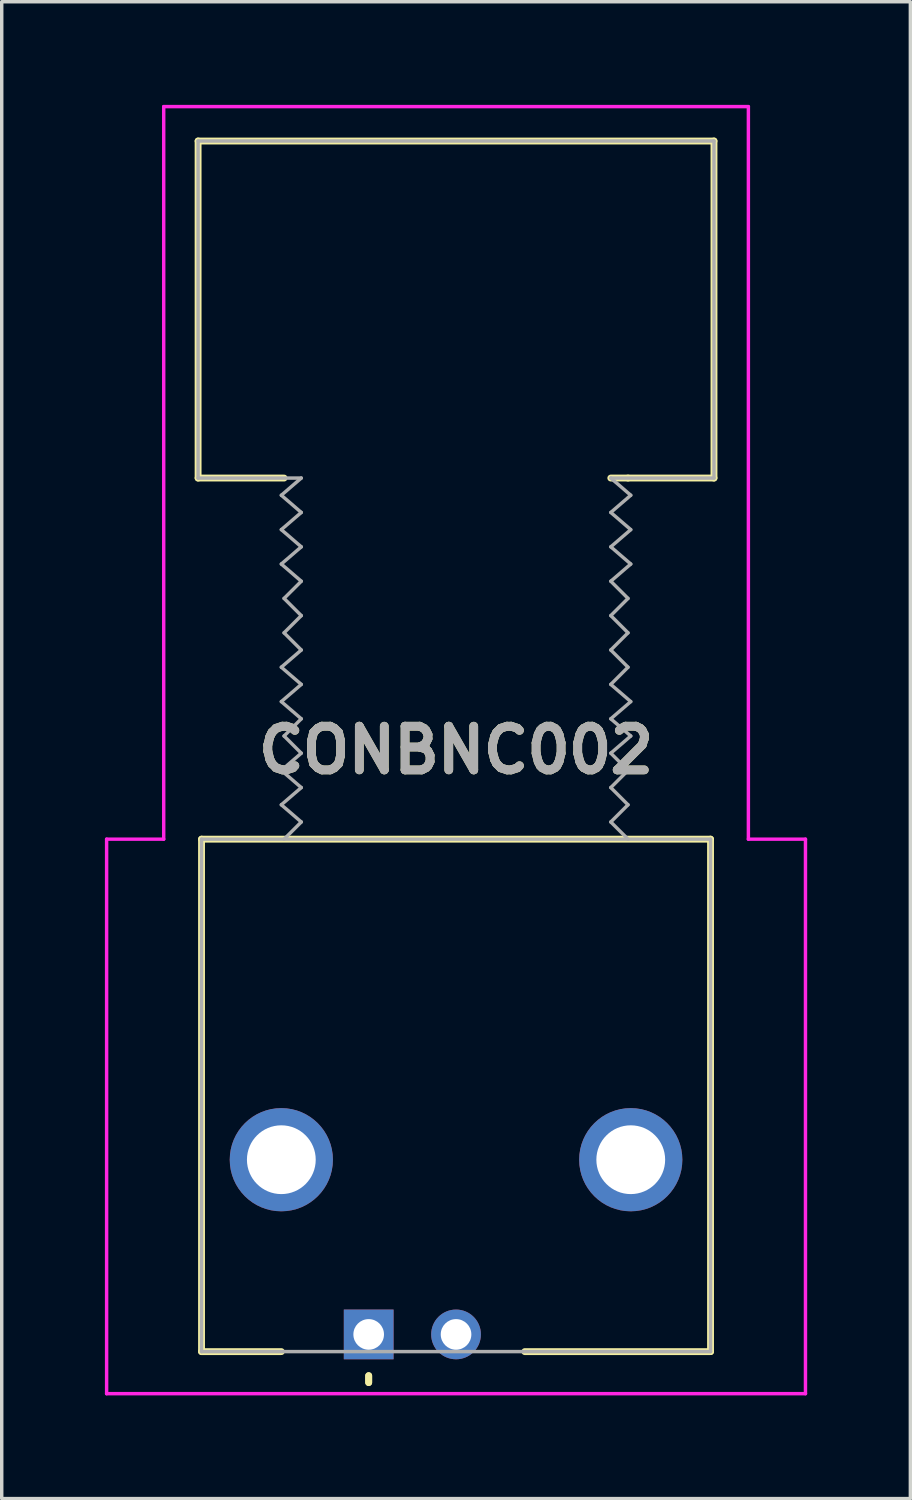
<source format=kicad_pcb>
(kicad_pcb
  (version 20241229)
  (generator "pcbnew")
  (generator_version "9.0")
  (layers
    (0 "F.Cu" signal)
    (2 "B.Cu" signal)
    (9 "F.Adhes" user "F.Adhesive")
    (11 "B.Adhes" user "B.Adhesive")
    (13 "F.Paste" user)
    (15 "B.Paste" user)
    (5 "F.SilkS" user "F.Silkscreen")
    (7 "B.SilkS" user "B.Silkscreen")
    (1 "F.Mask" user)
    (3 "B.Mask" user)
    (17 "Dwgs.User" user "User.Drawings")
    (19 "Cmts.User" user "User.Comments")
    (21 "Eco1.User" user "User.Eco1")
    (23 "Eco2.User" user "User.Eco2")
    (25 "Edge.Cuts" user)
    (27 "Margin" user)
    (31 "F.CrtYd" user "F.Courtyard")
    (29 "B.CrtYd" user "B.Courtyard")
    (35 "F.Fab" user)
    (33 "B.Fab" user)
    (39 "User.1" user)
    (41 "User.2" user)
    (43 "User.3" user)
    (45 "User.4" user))
  (footprint "CONBNC002"
    (layer "F.Cu")
    (at 7.67 35.75)
    (property "Reference" "CONBNC002" (at 2.54 -16.989 0) (layer "F.SilkS") (effects (font (size 1.27 1.27) (thickness 0.254))))
    (attr through_hole)
    (fp_line (start -4.96 -34.7) (end 10.04 -34.7) (stroke (width 0.2) (type solid)) (layer "F.SilkS"))
    (fp_line (start -4.96 -24.9) (end -4.96 -34.7) (stroke (width 0.2) (type solid)) (layer "F.SilkS"))
    (fp_line (start -4.86 -14.4) (end 9.94 -14.4) (stroke (width 0.2) (type solid)) (layer "F.SilkS"))
    (fp_line (start -4.86 0.5) (end -4.86 -14.4) (stroke (width 0.2) (type solid)) (layer "F.SilkS"))
    (fp_line (start -4.86 0.5) (end -2.54 0.5) (stroke (width 0.2) (type solid)) (layer "F.SilkS"))
    (fp_line (start -2.46 -24.9) (end -4.96 -24.9) (stroke (width 0.2) (type solid)) (layer "F.SilkS"))
    (fp_line (start 0 1.2) (end 0 1.4) (stroke (width 0.2) (type solid)) (layer "F.SilkS"))
    (fp_line (start 0 1.4) (end 0 1.2) (stroke (width 0.2) (type solid)) (layer "F.SilkS"))
    (fp_line (start 7.54 -24.9) (end 7.04 -24.9) (stroke (width 0.2) (type solid)) (layer "F.SilkS"))
    (fp_line (start 9.94 -14.4) (end 9.94 0.5) (stroke (width 0.2) (type solid)) (layer "F.SilkS"))
    (fp_line (start 9.94 0.5) (end 4.54 0.5) (stroke (width 0.2) (type solid)) (layer "F.SilkS"))
    (fp_line (start 10.04 -34.7) (end 10.04 -24.9) (stroke (width 0.2) (type solid)) (layer "F.SilkS"))
    (fp_line (start 10.04 -24.9) (end 7.54 -24.9) (stroke (width 0.2) (type solid)) (layer "F.SilkS"))
    (fp_line (start -7.62 1.723) (end -7.62 -14.4) (stroke (width 0.1) (type solid)) (layer "F.CrtYd"))
    (fp_line (start -5.96 -35.7) (end 11.04 -35.7) (stroke (width 0.1) (type solid)) (layer "F.CrtYd"))
    (fp_line (start -5.96 -14.4) (end -7.62 -14.4) (stroke (width 0.1) (type default)) (layer "F.CrtYd"))
    (fp_line (start -5.96 -14.4) (end -5.96 -35.7) (stroke (width 0.1) (type solid)) (layer "F.CrtYd"))
    (fp_line (start 11.04 -35.7) (end 11.04 -14.4) (stroke (width 0.1) (type solid)) (layer "F.CrtYd"))
    (fp_line (start 12.7 -14.4) (end 11.04 -14.4) (stroke (width 0.1) (type default)) (layer "F.CrtYd"))
    (fp_line (start 12.7 -14.4) (end 12.7 1.723) (stroke (width 0.1) (type solid)) (layer "F.CrtYd"))
    (fp_line (start 12.7 1.723) (end -7.62 1.723) (stroke (width 0.1) (type solid)) (layer "F.CrtYd"))
    (fp_line (start -4.96 -24.9) (end -4.96 -34.7) (stroke (width 0.1) (type solid)) (layer "F.Fab"))
    (fp_line (start -4.86 -14.4) (end 9.94 -14.4) (stroke (width 0.1) (type solid)) (layer "F.Fab"))
    (fp_line (start -4.86 0.5) (end -4.86 -14.4) (stroke (width 0.1) (type solid)) (layer "F.Fab"))
    (fp_line (start -2.54 -24.4) (end -1.96 -24.9) (stroke (width 0.1) (type solid)) (layer "F.Fab"))
    (fp_line (start -2.54 -23.4) (end -1.96 -23.9) (stroke (width 0.1) (type solid)) (layer "F.Fab"))
    (fp_line (start -2.54 -22.4) (end -1.96 -22.9) (stroke (width 0.1) (type solid)) (layer "F.Fab"))
    (fp_line (start -2.54 -19.4) (end -1.96 -19.9) (stroke (width 0.1) (type solid)) (layer "F.Fab"))
    (fp_line (start -2.54 -18.4) (end -1.96 -18.9) (stroke (width 0.1) (type solid)) (layer "F.Fab"))
    (fp_line (start -2.54 -16.4) (end -1.96 -16.9) (stroke (width 0.1) (type solid)) (layer "F.Fab"))
    (fp_line (start -2.54 -15.4) (end -1.96 -15.9) (stroke (width 0.1) (type solid)) (layer "F.Fab"))
    (fp_line (start -2.46 -21.4) (end -1.96 -21.9) (stroke (width 0.1) (type solid)) (layer "F.Fab"))
    (fp_line (start -2.46 -20.4) (end -1.96 -20.9) (stroke (width 0.1) (type solid)) (layer "F.Fab"))
    (fp_line (start -2.46 -17.4) (end -1.96 -17.9) (stroke (width 0.1) (type solid)) (layer "F.Fab"))
    (fp_line (start -2.46 -14.4) (end -1.96 -14.9) (stroke (width 0.1) (type solid)) (layer "F.Fab"))
    (fp_line (start -1.96 -24.9) (end -4.96 -24.9) (stroke (width 0.1) (type solid)) (layer "F.Fab"))
    (fp_line (start -1.96 -23.9) (end -2.54 -24.4) (stroke (width 0.1) (type solid)) (layer "F.Fab"))
    (fp_line (start -1.96 -22.9) (end -2.54 -23.4) (stroke (width 0.1) (type solid)) (layer "F.Fab"))
    (fp_line (start -1.96 -21.9) (end -2.54 -22.4) (stroke (width 0.1) (type solid)) (layer "F.Fab"))
    (fp_line (start -1.96 -20.9) (end -2.46 -21.4) (stroke (width 0.1) (type solid)) (layer "F.Fab"))
    (fp_line (start -1.96 -19.9) (end -2.46 -20.4) (stroke (width 0.1) (type solid)) (layer "F.Fab"))
    (fp_line (start -1.96 -18.9) (end -2.54 -19.4) (stroke (width 0.1) (type solid)) (layer "F.Fab"))
    (fp_line (start -1.96 -17.9) (end -2.54 -18.4) (stroke (width 0.1) (type solid)) (layer "F.Fab"))
    (fp_line (start -1.96 -16.9) (end -2.46 -17.4) (stroke (width 0.1) (type solid)) (layer "F.Fab"))
    (fp_line (start -1.96 -15.9) (end -2.54 -16.4) (stroke (width 0.1) (type solid)) (layer "F.Fab"))
    (fp_line (start -1.96 -14.9) (end -2.54 -15.4) (stroke (width 0.1) (type solid)) (layer "F.Fab"))
    (fp_line (start 7.04 -24.9) (end 10.04 -24.9) (stroke (width 0.1) (type solid)) (layer "F.Fab"))
    (fp_line (start 7.04 -23.9) (end 7.62 -24.4) (stroke (width 0.1) (type solid)) (layer "F.Fab"))
    (fp_line (start 7.04 -22.9) (end 7.62 -23.4) (stroke (width 0.1) (type solid)) (layer "F.Fab"))
    (fp_line (start 7.04 -21.9) (end 7.62 -22.4) (stroke (width 0.1) (type solid)) (layer "F.Fab"))
    (fp_line (start 7.04 -20.9) (end 7.54 -21.4) (stroke (width 0.1) (type solid)) (layer "F.Fab"))
    (fp_line (start 7.04 -19.9) (end 7.54 -20.4) (stroke (width 0.1) (type solid)) (layer "F.Fab"))
    (fp_line (start 7.04 -18.9) (end 7.54 -19.4) (stroke (width 0.1) (type solid)) (layer "F.Fab"))
    (fp_line (start 7.04 -17.9) (end 7.62 -18.4) (stroke (width 0.1) (type solid)) (layer "F.Fab"))
    (fp_line (start 7.04 -16.9) (end 7.62 -17.4) (stroke (width 0.1) (type solid)) (layer "F.Fab"))
    (fp_line (start 7.04 -15.9) (end 7.54 -16.4) (stroke (width 0.1) (type solid)) (layer "F.Fab"))
    (fp_line (start 7.04 -14.9) (end 7.54 -15.4) (stroke (width 0.1) (type solid)) (layer "F.Fab"))
    (fp_line (start 7.54 -21.4) (end 7.04 -21.9) (stroke (width 0.1) (type solid)) (layer "F.Fab"))
    (fp_line (start 7.54 -20.4) (end 7.04 -20.9) (stroke (width 0.1) (type solid)) (layer "F.Fab"))
    (fp_line (start 7.54 -19.4) (end 7.04 -19.9) (stroke (width 0.1) (type solid)) (layer "F.Fab"))
    (fp_line (start 7.54 -16.4) (end 7.04 -16.9) (stroke (width 0.1) (type solid)) (layer "F.Fab"))
    (fp_line (start 7.54 -15.4) (end 7.04 -15.9) (stroke (width 0.1) (type solid)) (layer "F.Fab"))
    (fp_line (start 7.54 -14.4) (end 7.04 -14.9) (stroke (width 0.1) (type solid)) (layer "F.Fab"))
    (fp_line (start 7.62 -24.4) (end 7.04 -24.9) (stroke (width 0.1) (type solid)) (layer "F.Fab"))
    (fp_line (start 7.62 -23.4) (end 7.04 -23.9) (stroke (width 0.1) (type solid)) (layer "F.Fab"))
    (fp_line (start 7.62 -22.4) (end 7.04 -22.9) (stroke (width 0.1) (type solid)) (layer "F.Fab"))
    (fp_line (start 7.62 -18.4) (end 7.04 -18.9) (stroke (width 0.1) (type solid)) (layer "F.Fab"))
    (fp_line (start 7.62 -17.4) (end 7.04 -17.9) (stroke (width 0.1) (type solid)) (layer "F.Fab"))
    (fp_line (start 9.94 -14.4) (end 9.94 0.5) (stroke (width 0.1) (type solid)) (layer "F.Fab"))
    (fp_line (start 9.94 0.5) (end -4.86 0.5) (stroke (width 0.1) (type solid)) (layer "F.Fab"))
    (fp_line (start 10.04 -34.7) (end -4.96 -34.7) (stroke (width 0.1) (type solid)) (layer "F.Fab"))
    (fp_line (start 10.04 -24.9) (end 10.04 -34.7) (stroke (width 0.1) (type solid)) (layer "F.Fab"))
    (fp_text user "${REFERENCE}" (at 2.54 -16.989 0) (layer "F.Fab") (effects (font (size 1.27 1.27) (thickness 0.254))))
    (pad "1" thru_hole rect (at 0 0) (size 1.446 1.446) (drill 0.89) (layers "*.Cu" "*.Mask"))
    (pad "2" thru_hole circle (at 2.54 0) (size 1.446 1.446) (drill 0.89) (layers "*.Cu" "*.Mask"))
    (pad "MH1" thru_hole circle (at -2.54 -5.08) (size 3 3) (drill 2) (layers "*.Cu" "*.Mask"))
    (pad "MH2" thru_hole circle (at 7.62 -5.08) (size 3 3) (drill 2) (layers "*.Cu" "*.Mask")))
  (gr_rect
    (start -3 -3)
    (end 23.42 40.523)
    (stroke (width 0.1) (type default))
    (fill no)
    (layer "Edge.Cuts")))
</source>
